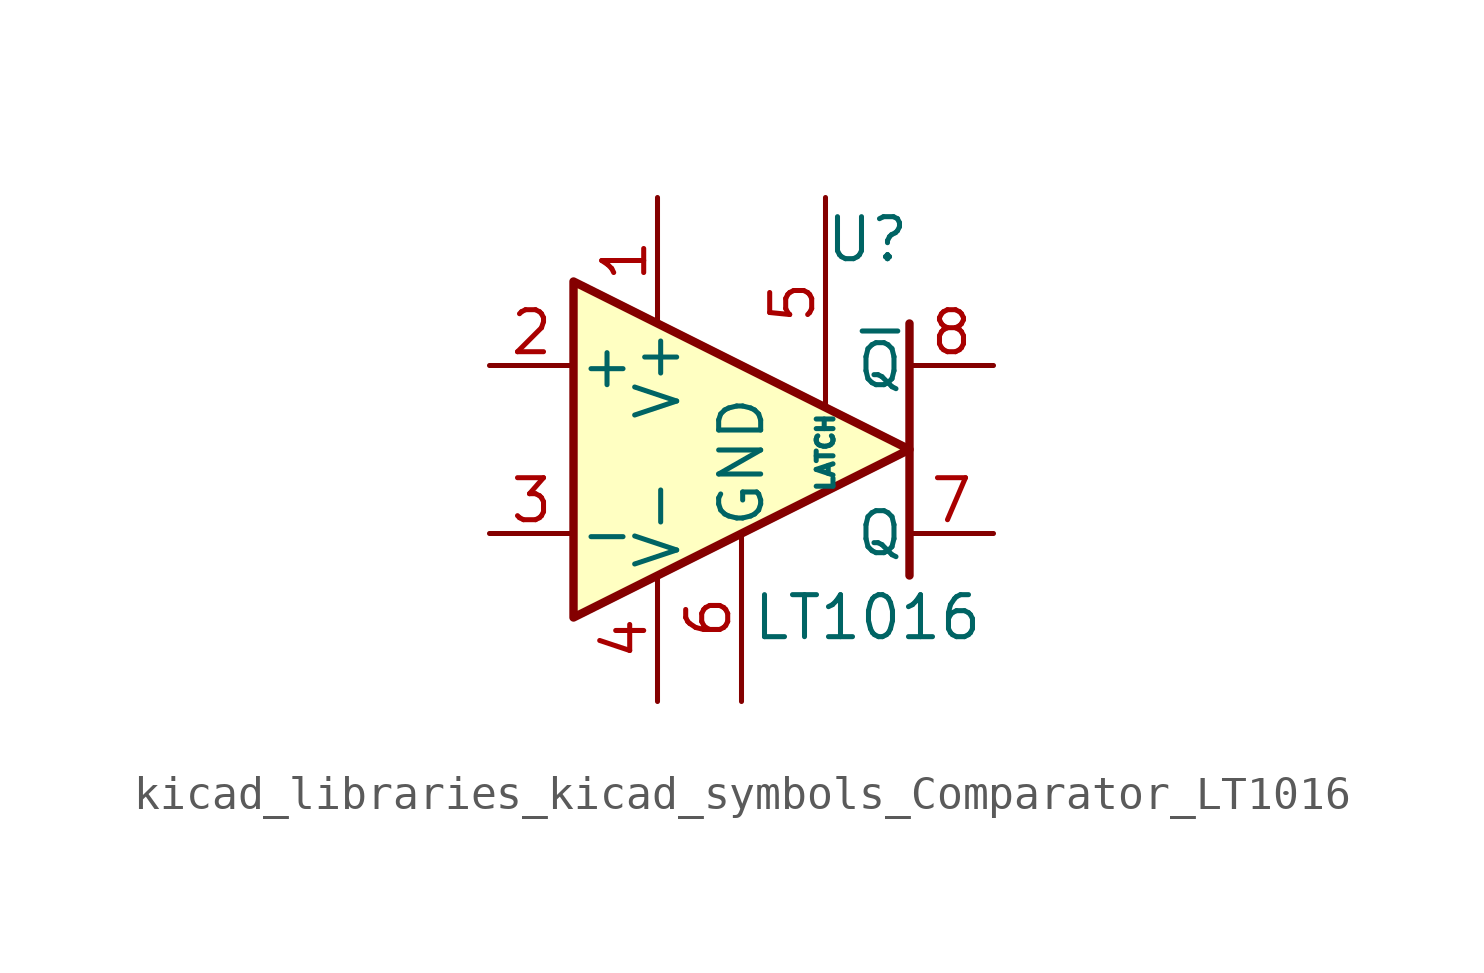
<source format=kicad_sym>
(kicad_symbol_lib
  (version 20220914)
  (generator kicad_symbol_editor)
  (symbol "kicad_libraries_kicad_symbols_Comparator_LT1016"
    (pin_names
      (offset 0.127))
    (property "Reference" "U"
      (at 3.81 6.35 0)
      (effects (font (size 1.27 1.27))))
    (property "Value" "LT1016"
      (at 3.81 -5.08 0)
      (effects (font (size 1.27 1.27))))
    (symbol "kicad_libraries_kicad_symbols_Comparator_LT1016_0_1"
      (polyline (pts (xy 5.08 3.81) (xy 5.08 -3.81)) (stroke (width 0.254) (type default)) (fill (type none)))
      (polyline (pts (xy -5.08 5.08) (xy 5.08 0) (xy -5.08 -5.08) (xy -5.08 5.08)) (stroke (width 0.254) (type default)) (fill (type background))))
    (symbol "kicad_libraries_kicad_symbols_Comparator_LT1016_1_1"
      (pin power_in line (at -2.54 7.62 270) (length 3.81) (name "V+" (effects (font (size 1.27 1.27)))) (number "1" (effects (font (size 1.27 1.27)))))
      (pin input line (at -7.62 2.54 0) (length 2.54) (name "+" (effects (font (size 1.27 1.27)))) (number "2" (effects (font (size 1.27 1.27)))))
      (pin input line (at -7.62 -2.54 0) (length 2.54) (name "-" (effects (font (size 1.27 1.27)))) (number "3" (effects (font (size 1.27 1.27)))))
      (pin power_in line (at -2.54 -7.62 90) (length 3.81) (name "V-" (effects (font (size 1.27 1.27)))) (number "4" (effects (font (size 1.27 1.27)))))
      (pin input line (at 2.54 7.62 270) (length 6.35) (name "LATCH" (effects (font (size 0.508 0.508)))) (number "5" (effects (font (size 1.27 1.27)))))
      (pin power_in line (at 0 -7.62 90) (length 5.08) (name "GND" (effects (font (size 1.27 1.27)))) (number "6" (effects (font (size 1.27 1.27)))))
      (pin output line (at 7.62 -2.54 180) (length 2.54) (name "Q" (effects (font (size 1.27 1.27)))) (number "7" (effects (font (size 1.27 1.27)))))
      (pin output line (at 7.62 2.54 180) (length 2.54) (name "~{Q}" (effects (font (size 1.27 1.27)))) (number "8" (effects (font (size 1.27 1.27))))))))
</source>
